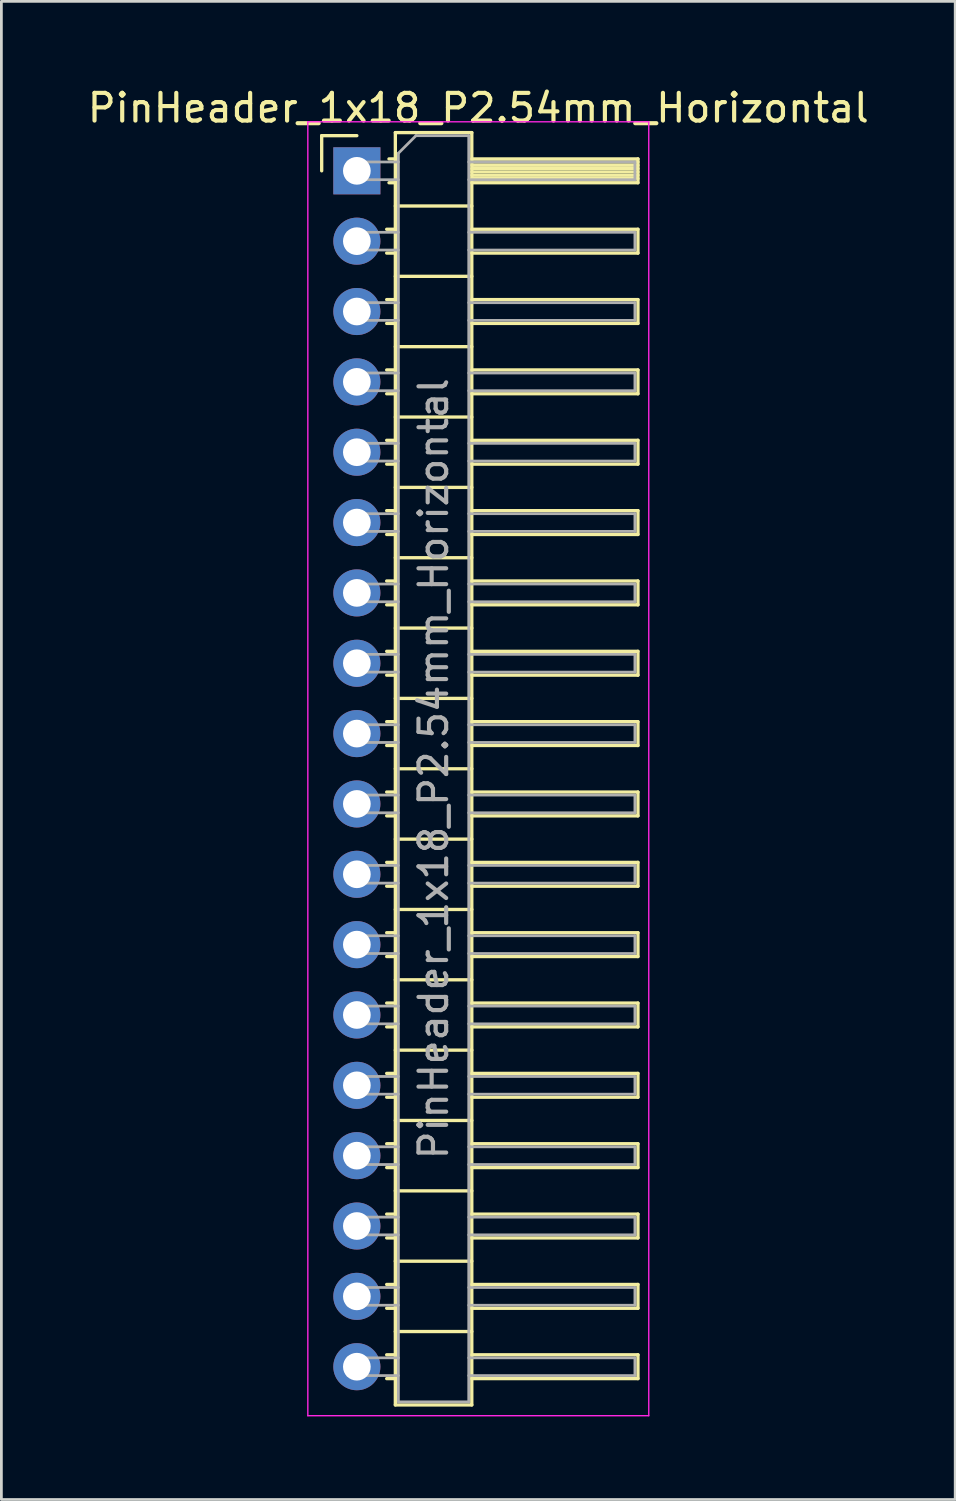
<source format=kicad_pcb>
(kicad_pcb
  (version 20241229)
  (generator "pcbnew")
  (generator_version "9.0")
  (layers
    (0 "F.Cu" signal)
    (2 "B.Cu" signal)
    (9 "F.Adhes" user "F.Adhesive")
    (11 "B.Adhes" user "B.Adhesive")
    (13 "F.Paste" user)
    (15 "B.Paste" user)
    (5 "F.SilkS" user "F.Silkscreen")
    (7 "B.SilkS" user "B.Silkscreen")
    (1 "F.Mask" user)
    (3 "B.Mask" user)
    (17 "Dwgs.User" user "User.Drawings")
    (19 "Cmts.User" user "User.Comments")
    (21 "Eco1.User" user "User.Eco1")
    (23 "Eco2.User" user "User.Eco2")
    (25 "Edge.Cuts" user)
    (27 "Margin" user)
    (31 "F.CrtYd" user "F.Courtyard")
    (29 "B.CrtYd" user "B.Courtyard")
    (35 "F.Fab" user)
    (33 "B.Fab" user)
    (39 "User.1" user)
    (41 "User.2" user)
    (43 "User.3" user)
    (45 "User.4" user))
  (footprint "PinHeader_1x18_P2.54mm_Horizontal"
    (layer "F.Cu")
    (at 9.835 3.118)
    (property "Reference" "PinHeader_1x18_P2.54mm_Horizontal" (at 4.385 -2.27 0) (layer "F.SilkS") (effects (font (size 1 1) (thickness 0.15))))
    (attr through_hole)
    (fp_line (start -1.27 -1.27) (end 0 -1.27) (stroke (width 0.12) (type solid)) (layer "F.SilkS"))
    (fp_line (start -1.27 0) (end -1.27 -1.27) (stroke (width 0.12) (type solid)) (layer "F.SilkS"))
    (fp_line (start 1.077 2.11) (end 1.39 2.11) (stroke (width 0.12) (type solid)) (layer "F.SilkS"))
    (fp_line (start 1.077 2.97) (end 1.39 2.97) (stroke (width 0.12) (type solid)) (layer "F.SilkS"))
    (fp_line (start 1.077 4.65) (end 1.39 4.65) (stroke (width 0.12) (type solid)) (layer "F.SilkS"))
    (fp_line (start 1.077 5.51) (end 1.39 5.51) (stroke (width 0.12) (type solid)) (layer "F.SilkS"))
    (fp_line (start 1.077 7.19) (end 1.39 7.19) (stroke (width 0.12) (type solid)) (layer "F.SilkS"))
    (fp_line (start 1.077 8.05) (end 1.39 8.05) (stroke (width 0.12) (type solid)) (layer "F.SilkS"))
    (fp_line (start 1.077 9.73) (end 1.39 9.73) (stroke (width 0.12) (type solid)) (layer "F.SilkS"))
    (fp_line (start 1.077 10.59) (end 1.39 10.59) (stroke (width 0.12) (type solid)) (layer "F.SilkS"))
    (fp_line (start 1.077 12.27) (end 1.39 12.27) (stroke (width 0.12) (type solid)) (layer "F.SilkS"))
    (fp_line (start 1.077 13.13) (end 1.39 13.13) (stroke (width 0.12) (type solid)) (layer "F.SilkS"))
    (fp_line (start 1.077 14.81) (end 1.39 14.81) (stroke (width 0.12) (type solid)) (layer "F.SilkS"))
    (fp_line (start 1.077 15.67) (end 1.39 15.67) (stroke (width 0.12) (type solid)) (layer "F.SilkS"))
    (fp_line (start 1.077 17.35) (end 1.39 17.35) (stroke (width 0.12) (type solid)) (layer "F.SilkS"))
    (fp_line (start 1.077 18.21) (end 1.39 18.21) (stroke (width 0.12) (type solid)) (layer "F.SilkS"))
    (fp_line (start 1.077 19.89) (end 1.39 19.89) (stroke (width 0.12) (type solid)) (layer "F.SilkS"))
    (fp_line (start 1.077 20.75) (end 1.39 20.75) (stroke (width 0.12) (type solid)) (layer "F.SilkS"))
    (fp_line (start 1.077 22.43) (end 1.39 22.43) (stroke (width 0.12) (type solid)) (layer "F.SilkS"))
    (fp_line (start 1.077 23.29) (end 1.39 23.29) (stroke (width 0.12) (type solid)) (layer "F.SilkS"))
    (fp_line (start 1.077 24.97) (end 1.39 24.97) (stroke (width 0.12) (type solid)) (layer "F.SilkS"))
    (fp_line (start 1.077 25.83) (end 1.39 25.83) (stroke (width 0.12) (type solid)) (layer "F.SilkS"))
    (fp_line (start 1.077 27.51) (end 1.39 27.51) (stroke (width 0.12) (type solid)) (layer "F.SilkS"))
    (fp_line (start 1.077 28.37) (end 1.39 28.37) (stroke (width 0.12) (type solid)) (layer "F.SilkS"))
    (fp_line (start 1.077 30.05) (end 1.39 30.05) (stroke (width 0.12) (type solid)) (layer "F.SilkS"))
    (fp_line (start 1.077 30.91) (end 1.39 30.91) (stroke (width 0.12) (type solid)) (layer "F.SilkS"))
    (fp_line (start 1.077 32.59) (end 1.39 32.59) (stroke (width 0.12) (type solid)) (layer "F.SilkS"))
    (fp_line (start 1.077 33.45) (end 1.39 33.45) (stroke (width 0.12) (type solid)) (layer "F.SilkS"))
    (fp_line (start 1.077 35.13) (end 1.39 35.13) (stroke (width 0.12) (type solid)) (layer "F.SilkS"))
    (fp_line (start 1.077 35.99) (end 1.39 35.99) (stroke (width 0.12) (type solid)) (layer "F.SilkS"))
    (fp_line (start 1.077 37.67) (end 1.39 37.67) (stroke (width 0.12) (type solid)) (layer "F.SilkS"))
    (fp_line (start 1.077 38.53) (end 1.39 38.53) (stroke (width 0.12) (type solid)) (layer "F.SilkS"))
    (fp_line (start 1.077 40.21) (end 1.39 40.21) (stroke (width 0.12) (type solid)) (layer "F.SilkS"))
    (fp_line (start 1.077 41.07) (end 1.39 41.07) (stroke (width 0.12) (type solid)) (layer "F.SilkS"))
    (fp_line (start 1.077 42.75) (end 1.39 42.75) (stroke (width 0.12) (type solid)) (layer "F.SilkS"))
    (fp_line (start 1.077 43.61) (end 1.39 43.61) (stroke (width 0.12) (type solid)) (layer "F.SilkS"))
    (fp_line (start 1.16 -0.43) (end 1.39 -0.43) (stroke (width 0.12) (type solid)) (layer "F.SilkS"))
    (fp_line (start 1.16 0.43) (end 1.39 0.43) (stroke (width 0.12) (type solid)) (layer "F.SilkS"))
    (fp_line (start 1.39 -1.38) (end 1.39 44.56) (stroke (width 0.12) (type solid)) (layer "F.SilkS"))
    (fp_line (start 1.39 1.27) (end 4.15 1.27) (stroke (width 0.12) (type solid)) (layer "F.SilkS"))
    (fp_line (start 1.39 3.81) (end 4.15 3.81) (stroke (width 0.12) (type solid)) (layer "F.SilkS"))
    (fp_line (start 1.39 6.35) (end 4.15 6.35) (stroke (width 0.12) (type solid)) (layer "F.SilkS"))
    (fp_line (start 1.39 8.89) (end 4.15 8.89) (stroke (width 0.12) (type solid)) (layer "F.SilkS"))
    (fp_line (start 1.39 11.43) (end 4.15 11.43) (stroke (width 0.12) (type solid)) (layer "F.SilkS"))
    (fp_line (start 1.39 13.97) (end 4.15 13.97) (stroke (width 0.12) (type solid)) (layer "F.SilkS"))
    (fp_line (start 1.39 16.51) (end 4.15 16.51) (stroke (width 0.12) (type solid)) (layer "F.SilkS"))
    (fp_line (start 1.39 19.05) (end 4.15 19.05) (stroke (width 0.12) (type solid)) (layer "F.SilkS"))
    (fp_line (start 1.39 21.59) (end 4.15 21.59) (stroke (width 0.12) (type solid)) (layer "F.SilkS"))
    (fp_line (start 1.39 24.13) (end 4.15 24.13) (stroke (width 0.12) (type solid)) (layer "F.SilkS"))
    (fp_line (start 1.39 26.67) (end 4.15 26.67) (stroke (width 0.12) (type solid)) (layer "F.SilkS"))
    (fp_line (start 1.39 29.21) (end 4.15 29.21) (stroke (width 0.12) (type solid)) (layer "F.SilkS"))
    (fp_line (start 1.39 31.75) (end 4.15 31.75) (stroke (width 0.12) (type solid)) (layer "F.SilkS"))
    (fp_line (start 1.39 34.29) (end 4.15 34.29) (stroke (width 0.12) (type solid)) (layer "F.SilkS"))
    (fp_line (start 1.39 36.83) (end 4.15 36.83) (stroke (width 0.12) (type solid)) (layer "F.SilkS"))
    (fp_line (start 1.39 39.37) (end 4.15 39.37) (stroke (width 0.12) (type solid)) (layer "F.SilkS"))
    (fp_line (start 1.39 41.91) (end 4.15 41.91) (stroke (width 0.12) (type solid)) (layer "F.SilkS"))
    (fp_line (start 1.39 44.56) (end 4.15 44.56) (stroke (width 0.12) (type solid)) (layer "F.SilkS"))
    (fp_line (start 4.15 -1.38) (end 1.39 -1.38) (stroke (width 0.12) (type solid)) (layer "F.SilkS"))
    (fp_line (start 4.15 -0.43) (end 10.15 -0.43) (stroke (width 0.12) (type solid)) (layer "F.SilkS"))
    (fp_line (start 4.15 -0.32) (end 10.15 -0.32) (stroke (width 0.12) (type solid)) (layer "F.SilkS"))
    (fp_line (start 4.15 -0.2) (end 10.15 -0.2) (stroke (width 0.12) (type solid)) (layer "F.SilkS"))
    (fp_line (start 4.15 -0.08) (end 10.15 -0.08) (stroke (width 0.12) (type solid)) (layer "F.SilkS"))
    (fp_line (start 4.15 0.04) (end 10.15 0.04) (stroke (width 0.12) (type solid)) (layer "F.SilkS"))
    (fp_line (start 4.15 0.16) (end 10.15 0.16) (stroke (width 0.12) (type solid)) (layer "F.SilkS"))
    (fp_line (start 4.15 0.28) (end 10.15 0.28) (stroke (width 0.12) (type solid)) (layer "F.SilkS"))
    (fp_line (start 4.15 2.11) (end 10.15 2.11) (stroke (width 0.12) (type solid)) (layer "F.SilkS"))
    (fp_line (start 4.15 4.65) (end 10.15 4.65) (stroke (width 0.12) (type solid)) (layer "F.SilkS"))
    (fp_line (start 4.15 7.19) (end 10.15 7.19) (stroke (width 0.12) (type solid)) (layer "F.SilkS"))
    (fp_line (start 4.15 9.73) (end 10.15 9.73) (stroke (width 0.12) (type solid)) (layer "F.SilkS"))
    (fp_line (start 4.15 12.27) (end 10.15 12.27) (stroke (width 0.12) (type solid)) (layer "F.SilkS"))
    (fp_line (start 4.15 14.81) (end 10.15 14.81) (stroke (width 0.12) (type solid)) (layer "F.SilkS"))
    (fp_line (start 4.15 17.35) (end 10.15 17.35) (stroke (width 0.12) (type solid)) (layer "F.SilkS"))
    (fp_line (start 4.15 19.89) (end 10.15 19.89) (stroke (width 0.12) (type solid)) (layer "F.SilkS"))
    (fp_line (start 4.15 22.43) (end 10.15 22.43) (stroke (width 0.12) (type solid)) (layer "F.SilkS"))
    (fp_line (start 4.15 24.97) (end 10.15 24.97) (stroke (width 0.12) (type solid)) (layer "F.SilkS"))
    (fp_line (start 4.15 27.51) (end 10.15 27.51) (stroke (width 0.12) (type solid)) (layer "F.SilkS"))
    (fp_line (start 4.15 30.05) (end 10.15 30.05) (stroke (width 0.12) (type solid)) (layer "F.SilkS"))
    (fp_line (start 4.15 32.59) (end 10.15 32.59) (stroke (width 0.12) (type solid)) (layer "F.SilkS"))
    (fp_line (start 4.15 35.13) (end 10.15 35.13) (stroke (width 0.12) (type solid)) (layer "F.SilkS"))
    (fp_line (start 4.15 37.67) (end 10.15 37.67) (stroke (width 0.12) (type solid)) (layer "F.SilkS"))
    (fp_line (start 4.15 40.21) (end 10.15 40.21) (stroke (width 0.12) (type solid)) (layer "F.SilkS"))
    (fp_line (start 4.15 42.75) (end 10.15 42.75) (stroke (width 0.12) (type solid)) (layer "F.SilkS"))
    (fp_line (start 4.15 44.56) (end 4.15 -1.38) (stroke (width 0.12) (type solid)) (layer "F.SilkS"))
    (fp_line (start 10.15 -0.43) (end 10.15 0.43) (stroke (width 0.12) (type solid)) (layer "F.SilkS"))
    (fp_line (start 10.15 0.43) (end 4.15 0.43) (stroke (width 0.12) (type solid)) (layer "F.SilkS"))
    (fp_line (start 10.15 2.11) (end 10.15 2.97) (stroke (width 0.12) (type solid)) (layer "F.SilkS"))
    (fp_line (start 10.15 2.97) (end 4.15 2.97) (stroke (width 0.12) (type solid)) (layer "F.SilkS"))
    (fp_line (start 10.15 4.65) (end 10.15 5.51) (stroke (width 0.12) (type solid)) (layer "F.SilkS"))
    (fp_line (start 10.15 5.51) (end 4.15 5.51) (stroke (width 0.12) (type solid)) (layer "F.SilkS"))
    (fp_line (start 10.15 7.19) (end 10.15 8.05) (stroke (width 0.12) (type solid)) (layer "F.SilkS"))
    (fp_line (start 10.15 8.05) (end 4.15 8.05) (stroke (width 0.12) (type solid)) (layer "F.SilkS"))
    (fp_line (start 10.15 9.73) (end 10.15 10.59) (stroke (width 0.12) (type solid)) (layer "F.SilkS"))
    (fp_line (start 10.15 10.59) (end 4.15 10.59) (stroke (width 0.12) (type solid)) (layer "F.SilkS"))
    (fp_line (start 10.15 12.27) (end 10.15 13.13) (stroke (width 0.12) (type solid)) (layer "F.SilkS"))
    (fp_line (start 10.15 13.13) (end 4.15 13.13) (stroke (width 0.12) (type solid)) (layer "F.SilkS"))
    (fp_line (start 10.15 14.81) (end 10.15 15.67) (stroke (width 0.12) (type solid)) (layer "F.SilkS"))
    (fp_line (start 10.15 15.67) (end 4.15 15.67) (stroke (width 0.12) (type solid)) (layer "F.SilkS"))
    (fp_line (start 10.15 17.35) (end 10.15 18.21) (stroke (width 0.12) (type solid)) (layer "F.SilkS"))
    (fp_line (start 10.15 18.21) (end 4.15 18.21) (stroke (width 0.12) (type solid)) (layer "F.SilkS"))
    (fp_line (start 10.15 19.89) (end 10.15 20.75) (stroke (width 0.12) (type solid)) (layer "F.SilkS"))
    (fp_line (start 10.15 20.75) (end 4.15 20.75) (stroke (width 0.12) (type solid)) (layer "F.SilkS"))
    (fp_line (start 10.15 22.43) (end 10.15 23.29) (stroke (width 0.12) (type solid)) (layer "F.SilkS"))
    (fp_line (start 10.15 23.29) (end 4.15 23.29) (stroke (width 0.12) (type solid)) (layer "F.SilkS"))
    (fp_line (start 10.15 24.97) (end 10.15 25.83) (stroke (width 0.12) (type solid)) (layer "F.SilkS"))
    (fp_line (start 10.15 25.83) (end 4.15 25.83) (stroke (width 0.12) (type solid)) (layer "F.SilkS"))
    (fp_line (start 10.15 27.51) (end 10.15 28.37) (stroke (width 0.12) (type solid)) (layer "F.SilkS"))
    (fp_line (start 10.15 28.37) (end 4.15 28.37) (stroke (width 0.12) (type solid)) (layer "F.SilkS"))
    (fp_line (start 10.15 30.05) (end 10.15 30.91) (stroke (width 0.12) (type solid)) (layer "F.SilkS"))
    (fp_line (start 10.15 30.91) (end 4.15 30.91) (stroke (width 0.12) (type solid)) (layer "F.SilkS"))
    (fp_line (start 10.15 32.59) (end 10.15 33.45) (stroke (width 0.12) (type solid)) (layer "F.SilkS"))
    (fp_line (start 10.15 33.45) (end 4.15 33.45) (stroke (width 0.12) (type solid)) (layer "F.SilkS"))
    (fp_line (start 10.15 35.13) (end 10.15 35.99) (stroke (width 0.12) (type solid)) (layer "F.SilkS"))
    (fp_line (start 10.15 35.99) (end 4.15 35.99) (stroke (width 0.12) (type solid)) (layer "F.SilkS"))
    (fp_line (start 10.15 37.67) (end 10.15 38.53) (stroke (width 0.12) (type solid)) (layer "F.SilkS"))
    (fp_line (start 10.15 38.53) (end 4.15 38.53) (stroke (width 0.12) (type solid)) (layer "F.SilkS"))
    (fp_line (start 10.15 40.21) (end 10.15 41.07) (stroke (width 0.12) (type solid)) (layer "F.SilkS"))
    (fp_line (start 10.15 41.07) (end 4.15 41.07) (stroke (width 0.12) (type solid)) (layer "F.SilkS"))
    (fp_line (start 10.15 42.75) (end 10.15 43.61) (stroke (width 0.12) (type solid)) (layer "F.SilkS"))
    (fp_line (start 10.15 43.61) (end 4.15 43.61) (stroke (width 0.12) (type solid)) (layer "F.SilkS"))
    (fp_line (start -1.77 -1.77) (end -1.77 44.95) (stroke (width 0.05) (type solid)) (layer "F.CrtYd"))
    (fp_line (start -1.77 44.95) (end 10.54 44.95) (stroke (width 0.05) (type solid)) (layer "F.CrtYd"))
    (fp_line (start 10.54 -1.77) (end -1.77 -1.77) (stroke (width 0.05) (type solid)) (layer "F.CrtYd"))
    (fp_line (start 10.54 44.95) (end 10.54 -1.77) (stroke (width 0.05) (type solid)) (layer "F.CrtYd"))
    (fp_line (start -0.32 -0.32) (end -0.32 0.32) (stroke (width 0.1) (type solid)) (layer "F.Fab"))
    (fp_line (start -0.32 -0.32) (end 1.5 -0.32) (stroke (width 0.1) (type solid)) (layer "F.Fab"))
    (fp_line (start -0.32 0.32) (end 1.5 0.32) (stroke (width 0.1) (type solid)) (layer "F.Fab"))
    (fp_line (start -0.32 2.22) (end -0.32 2.86) (stroke (width 0.1) (type solid)) (layer "F.Fab"))
    (fp_line (start -0.32 2.22) (end 1.5 2.22) (stroke (width 0.1) (type solid)) (layer "F.Fab"))
    (fp_line (start -0.32 2.86) (end 1.5 2.86) (stroke (width 0.1) (type solid)) (layer "F.Fab"))
    (fp_line (start -0.32 4.76) (end -0.32 5.4) (stroke (width 0.1) (type solid)) (layer "F.Fab"))
    (fp_line (start -0.32 4.76) (end 1.5 4.76) (stroke (width 0.1) (type solid)) (layer "F.Fab"))
    (fp_line (start -0.32 5.4) (end 1.5 5.4) (stroke (width 0.1) (type solid)) (layer "F.Fab"))
    (fp_line (start -0.32 7.3) (end -0.32 7.94) (stroke (width 0.1) (type solid)) (layer "F.Fab"))
    (fp_line (start -0.32 7.3) (end 1.5 7.3) (stroke (width 0.1) (type solid)) (layer "F.Fab"))
    (fp_line (start -0.32 7.94) (end 1.5 7.94) (stroke (width 0.1) (type solid)) (layer "F.Fab"))
    (fp_line (start -0.32 9.84) (end -0.32 10.48) (stroke (width 0.1) (type solid)) (layer "F.Fab"))
    (fp_line (start -0.32 9.84) (end 1.5 9.84) (stroke (width 0.1) (type solid)) (layer "F.Fab"))
    (fp_line (start -0.32 10.48) (end 1.5 10.48) (stroke (width 0.1) (type solid)) (layer "F.Fab"))
    (fp_line (start -0.32 12.38) (end -0.32 13.02) (stroke (width 0.1) (type solid)) (layer "F.Fab"))
    (fp_line (start -0.32 12.38) (end 1.5 12.38) (stroke (width 0.1) (type solid)) (layer "F.Fab"))
    (fp_line (start -0.32 13.02) (end 1.5 13.02) (stroke (width 0.1) (type solid)) (layer "F.Fab"))
    (fp_line (start -0.32 14.92) (end -0.32 15.56) (stroke (width 0.1) (type solid)) (layer "F.Fab"))
    (fp_line (start -0.32 14.92) (end 1.5 14.92) (stroke (width 0.1) (type solid)) (layer "F.Fab"))
    (fp_line (start -0.32 15.56) (end 1.5 15.56) (stroke (width 0.1) (type solid)) (layer "F.Fab"))
    (fp_line (start -0.32 17.46) (end -0.32 18.1) (stroke (width 0.1) (type solid)) (layer "F.Fab"))
    (fp_line (start -0.32 17.46) (end 1.5 17.46) (stroke (width 0.1) (type solid)) (layer "F.Fab"))
    (fp_line (start -0.32 18.1) (end 1.5 18.1) (stroke (width 0.1) (type solid)) (layer "F.Fab"))
    (fp_line (start -0.32 20) (end -0.32 20.64) (stroke (width 0.1) (type solid)) (layer "F.Fab"))
    (fp_line (start -0.32 20) (end 1.5 20) (stroke (width 0.1) (type solid)) (layer "F.Fab"))
    (fp_line (start -0.32 20.64) (end 1.5 20.64) (stroke (width 0.1) (type solid)) (layer "F.Fab"))
    (fp_line (start -0.32 22.54) (end -0.32 23.18) (stroke (width 0.1) (type solid)) (layer "F.Fab"))
    (fp_line (start -0.32 22.54) (end 1.5 22.54) (stroke (width 0.1) (type solid)) (layer "F.Fab"))
    (fp_line (start -0.32 23.18) (end 1.5 23.18) (stroke (width 0.1) (type solid)) (layer "F.Fab"))
    (fp_line (start -0.32 25.08) (end -0.32 25.72) (stroke (width 0.1) (type solid)) (layer "F.Fab"))
    (fp_line (start -0.32 25.08) (end 1.5 25.08) (stroke (width 0.1) (type solid)) (layer "F.Fab"))
    (fp_line (start -0.32 25.72) (end 1.5 25.72) (stroke (width 0.1) (type solid)) (layer "F.Fab"))
    (fp_line (start -0.32 27.62) (end -0.32 28.26) (stroke (width 0.1) (type solid)) (layer "F.Fab"))
    (fp_line (start -0.32 27.62) (end 1.5 27.62) (stroke (width 0.1) (type solid)) (layer "F.Fab"))
    (fp_line (start -0.32 28.26) (end 1.5 28.26) (stroke (width 0.1) (type solid)) (layer "F.Fab"))
    (fp_line (start -0.32 30.16) (end -0.32 30.8) (stroke (width 0.1) (type solid)) (layer "F.Fab"))
    (fp_line (start -0.32 30.16) (end 1.5 30.16) (stroke (width 0.1) (type solid)) (layer "F.Fab"))
    (fp_line (start -0.32 30.8) (end 1.5 30.8) (stroke (width 0.1) (type solid)) (layer "F.Fab"))
    (fp_line (start -0.32 32.7) (end -0.32 33.34) (stroke (width 0.1) (type solid)) (layer "F.Fab"))
    (fp_line (start -0.32 32.7) (end 1.5 32.7) (stroke (width 0.1) (type solid)) (layer "F.Fab"))
    (fp_line (start -0.32 33.34) (end 1.5 33.34) (stroke (width 0.1) (type solid)) (layer "F.Fab"))
    (fp_line (start -0.32 35.24) (end -0.32 35.88) (stroke (width 0.1) (type solid)) (layer "F.Fab"))
    (fp_line (start -0.32 35.24) (end 1.5 35.24) (stroke (width 0.1) (type solid)) (layer "F.Fab"))
    (fp_line (start -0.32 35.88) (end 1.5 35.88) (stroke (width 0.1) (type solid)) (layer "F.Fab"))
    (fp_line (start -0.32 37.78) (end -0.32 38.42) (stroke (width 0.1) (type solid)) (layer "F.Fab"))
    (fp_line (start -0.32 37.78) (end 1.5 37.78) (stroke (width 0.1) (type solid)) (layer "F.Fab"))
    (fp_line (start -0.32 38.42) (end 1.5 38.42) (stroke (width 0.1) (type solid)) (layer "F.Fab"))
    (fp_line (start -0.32 40.32) (end -0.32 40.96) (stroke (width 0.1) (type solid)) (layer "F.Fab"))
    (fp_line (start -0.32 40.32) (end 1.5 40.32) (stroke (width 0.1) (type solid)) (layer "F.Fab"))
    (fp_line (start -0.32 40.96) (end 1.5 40.96) (stroke (width 0.1) (type solid)) (layer "F.Fab"))
    (fp_line (start -0.32 42.86) (end -0.32 43.5) (stroke (width 0.1) (type solid)) (layer "F.Fab"))
    (fp_line (start -0.32 42.86) (end 1.5 42.86) (stroke (width 0.1) (type solid)) (layer "F.Fab"))
    (fp_line (start -0.32 43.5) (end 1.5 43.5) (stroke (width 0.1) (type solid)) (layer "F.Fab"))
    (fp_line (start 1.5 -0.635) (end 2.135 -1.27) (stroke (width 0.1) (type solid)) (layer "F.Fab"))
    (fp_line (start 1.5 44.45) (end 1.5 -0.635) (stroke (width 0.1) (type solid)) (layer "F.Fab"))
    (fp_line (start 2.135 -1.27) (end 4.04 -1.27) (stroke (width 0.1) (type solid)) (layer "F.Fab"))
    (fp_line (start 4.04 -1.27) (end 4.04 44.45) (stroke (width 0.1) (type solid)) (layer "F.Fab"))
    (fp_line (start 4.04 -0.32) (end 10.04 -0.32) (stroke (width 0.1) (type solid)) (layer "F.Fab"))
    (fp_line (start 4.04 0.32) (end 10.04 0.32) (stroke (width 0.1) (type solid)) (layer "F.Fab"))
    (fp_line (start 4.04 2.22) (end 10.04 2.22) (stroke (width 0.1) (type solid)) (layer "F.Fab"))
    (fp_line (start 4.04 2.86) (end 10.04 2.86) (stroke (width 0.1) (type solid)) (layer "F.Fab"))
    (fp_line (start 4.04 4.76) (end 10.04 4.76) (stroke (width 0.1) (type solid)) (layer "F.Fab"))
    (fp_line (start 4.04 5.4) (end 10.04 5.4) (stroke (width 0.1) (type solid)) (layer "F.Fab"))
    (fp_line (start 4.04 7.3) (end 10.04 7.3) (stroke (width 0.1) (type solid)) (layer "F.Fab"))
    (fp_line (start 4.04 7.94) (end 10.04 7.94) (stroke (width 0.1) (type solid)) (layer "F.Fab"))
    (fp_line (start 4.04 9.84) (end 10.04 9.84) (stroke (width 0.1) (type solid)) (layer "F.Fab"))
    (fp_line (start 4.04 10.48) (end 10.04 10.48) (stroke (width 0.1) (type solid)) (layer "F.Fab"))
    (fp_line (start 4.04 12.38) (end 10.04 12.38) (stroke (width 0.1) (type solid)) (layer "F.Fab"))
    (fp_line (start 4.04 13.02) (end 10.04 13.02) (stroke (width 0.1) (type solid)) (layer "F.Fab"))
    (fp_line (start 4.04 14.92) (end 10.04 14.92) (stroke (width 0.1) (type solid)) (layer "F.Fab"))
    (fp_line (start 4.04 15.56) (end 10.04 15.56) (stroke (width 0.1) (type solid)) (layer "F.Fab"))
    (fp_line (start 4.04 17.46) (end 10.04 17.46) (stroke (width 0.1) (type solid)) (layer "F.Fab"))
    (fp_line (start 4.04 18.1) (end 10.04 18.1) (stroke (width 0.1) (type solid)) (layer "F.Fab"))
    (fp_line (start 4.04 20) (end 10.04 20) (stroke (width 0.1) (type solid)) (layer "F.Fab"))
    (fp_line (start 4.04 20.64) (end 10.04 20.64) (stroke (width 0.1) (type solid)) (layer "F.Fab"))
    (fp_line (start 4.04 22.54) (end 10.04 22.54) (stroke (width 0.1) (type solid)) (layer "F.Fab"))
    (fp_line (start 4.04 23.18) (end 10.04 23.18) (stroke (width 0.1) (type solid)) (layer "F.Fab"))
    (fp_line (start 4.04 25.08) (end 10.04 25.08) (stroke (width 0.1) (type solid)) (layer "F.Fab"))
    (fp_line (start 4.04 25.72) (end 10.04 25.72) (stroke (width 0.1) (type solid)) (layer "F.Fab"))
    (fp_line (start 4.04 27.62) (end 10.04 27.62) (stroke (width 0.1) (type solid)) (layer "F.Fab"))
    (fp_line (start 4.04 28.26) (end 10.04 28.26) (stroke (width 0.1) (type solid)) (layer "F.Fab"))
    (fp_line (start 4.04 30.16) (end 10.04 30.16) (stroke (width 0.1) (type solid)) (layer "F.Fab"))
    (fp_line (start 4.04 30.8) (end 10.04 30.8) (stroke (width 0.1) (type solid)) (layer "F.Fab"))
    (fp_line (start 4.04 32.7) (end 10.04 32.7) (stroke (width 0.1) (type solid)) (layer "F.Fab"))
    (fp_line (start 4.04 33.34) (end 10.04 33.34) (stroke (width 0.1) (type solid)) (layer "F.Fab"))
    (fp_line (start 4.04 35.24) (end 10.04 35.24) (stroke (width 0.1) (type solid)) (layer "F.Fab"))
    (fp_line (start 4.04 35.88) (end 10.04 35.88) (stroke (width 0.1) (type solid)) (layer "F.Fab"))
    (fp_line (start 4.04 37.78) (end 10.04 37.78) (stroke (width 0.1) (type solid)) (layer "F.Fab"))
    (fp_line (start 4.04 38.42) (end 10.04 38.42) (stroke (width 0.1) (type solid)) (layer "F.Fab"))
    (fp_line (start 4.04 40.32) (end 10.04 40.32) (stroke (width 0.1) (type solid)) (layer "F.Fab"))
    (fp_line (start 4.04 40.96) (end 10.04 40.96) (stroke (width 0.1) (type solid)) (layer "F.Fab"))
    (fp_line (start 4.04 42.86) (end 10.04 42.86) (stroke (width 0.1) (type solid)) (layer "F.Fab"))
    (fp_line (start 4.04 43.5) (end 10.04 43.5) (stroke (width 0.1) (type solid)) (layer "F.Fab"))
    (fp_line (start 4.04 44.45) (end 1.5 44.45) (stroke (width 0.1) (type solid)) (layer "F.Fab"))
    (fp_line (start 10.04 -0.32) (end 10.04 0.32) (stroke (width 0.1) (type solid)) (layer "F.Fab"))
    (fp_line (start 10.04 2.22) (end 10.04 2.86) (stroke (width 0.1) (type solid)) (layer "F.Fab"))
    (fp_line (start 10.04 4.76) (end 10.04 5.4) (stroke (width 0.1) (type solid)) (layer "F.Fab"))
    (fp_line (start 10.04 7.3) (end 10.04 7.94) (stroke (width 0.1) (type solid)) (layer "F.Fab"))
    (fp_line (start 10.04 9.84) (end 10.04 10.48) (stroke (width 0.1) (type solid)) (layer "F.Fab"))
    (fp_line (start 10.04 12.38) (end 10.04 13.02) (stroke (width 0.1) (type solid)) (layer "F.Fab"))
    (fp_line (start 10.04 14.92) (end 10.04 15.56) (stroke (width 0.1) (type solid)) (layer "F.Fab"))
    (fp_line (start 10.04 17.46) (end 10.04 18.1) (stroke (width 0.1) (type solid)) (layer "F.Fab"))
    (fp_line (start 10.04 20) (end 10.04 20.64) (stroke (width 0.1) (type solid)) (layer "F.Fab"))
    (fp_line (start 10.04 22.54) (end 10.04 23.18) (stroke (width 0.1) (type solid)) (layer "F.Fab"))
    (fp_line (start 10.04 25.08) (end 10.04 25.72) (stroke (width 0.1) (type solid)) (layer "F.Fab"))
    (fp_line (start 10.04 27.62) (end 10.04 28.26) (stroke (width 0.1) (type solid)) (layer "F.Fab"))
    (fp_line (start 10.04 30.16) (end 10.04 30.8) (stroke (width 0.1) (type solid)) (layer "F.Fab"))
    (fp_line (start 10.04 32.7) (end 10.04 33.34) (stroke (width 0.1) (type solid)) (layer "F.Fab"))
    (fp_line (start 10.04 35.24) (end 10.04 35.88) (stroke (width 0.1) (type solid)) (layer "F.Fab"))
    (fp_line (start 10.04 37.78) (end 10.04 38.42) (stroke (width 0.1) (type solid)) (layer "F.Fab"))
    (fp_line (start 10.04 40.32) (end 10.04 40.96) (stroke (width 0.1) (type solid)) (layer "F.Fab"))
    (fp_line (start 10.04 42.86) (end 10.04 43.5) (stroke (width 0.1) (type solid)) (layer "F.Fab"))
    (fp_text user "${REFERENCE}" (at 2.77 21.59 90) (layer "F.Fab") (effects (font (size 1 1) (thickness 0.15))))
    (pad "1" thru_hole rect (at 0 0) (size 1.7 1.7) (drill 1) (layers "*.Cu" "*.Mask"))
    (pad "2" thru_hole circle (at 0 2.54) (size 1.7 1.7) (drill 1) (layers "*.Cu" "*.Mask"))
    (pad "3" thru_hole circle (at 0 5.08) (size 1.7 1.7) (drill 1) (layers "*.Cu" "*.Mask"))
    (pad "4" thru_hole circle (at 0 7.62) (size 1.7 1.7) (drill 1) (layers "*.Cu" "*.Mask"))
    (pad "5" thru_hole circle (at 0 10.16) (size 1.7 1.7) (drill 1) (layers "*.Cu" "*.Mask"))
    (pad "6" thru_hole circle (at 0 12.7) (size 1.7 1.7) (drill 1) (layers "*.Cu" "*.Mask"))
    (pad "7" thru_hole circle (at 0 15.24) (size 1.7 1.7) (drill 1) (layers "*.Cu" "*.Mask"))
    (pad "8" thru_hole circle (at 0 17.78) (size 1.7 1.7) (drill 1) (layers "*.Cu" "*.Mask"))
    (pad "9" thru_hole circle (at 0 20.32) (size 1.7 1.7) (drill 1) (layers "*.Cu" "*.Mask"))
    (pad "10" thru_hole circle (at 0 22.86) (size 1.7 1.7) (drill 1) (layers "*.Cu" "*.Mask"))
    (pad "11" thru_hole circle (at 0 25.4) (size 1.7 1.7) (drill 1) (layers "*.Cu" "*.Mask"))
    (pad "12" thru_hole circle (at 0 27.94) (size 1.7 1.7) (drill 1) (layers "*.Cu" "*.Mask"))
    (pad "13" thru_hole circle (at 0 30.48) (size 1.7 1.7) (drill 1) (layers "*.Cu" "*.Mask"))
    (pad "14" thru_hole circle (at 0 33.02) (size 1.7 1.7) (drill 1) (layers "*.Cu" "*.Mask"))
    (pad "15" thru_hole circle (at 0 35.56) (size 1.7 1.7) (drill 1) (layers "*.Cu" "*.Mask"))
    (pad "16" thru_hole circle (at 0 38.1) (size 1.7 1.7) (drill 1) (layers "*.Cu" "*.Mask"))
    (pad "17" thru_hole circle (at 0 40.64) (size 1.7 1.7) (drill 1) (layers "*.Cu" "*.Mask"))
    (pad "18" thru_hole circle (at 0 43.18) (size 1.7 1.7) (drill 1) (layers "*.Cu" "*.Mask")))
  (gr_rect
    (start -3 -3)
    (end 31.44 51.093)
    (stroke (width 0.1) (type default))
    (fill no)
    (layer "Edge.Cuts")))
</source>
